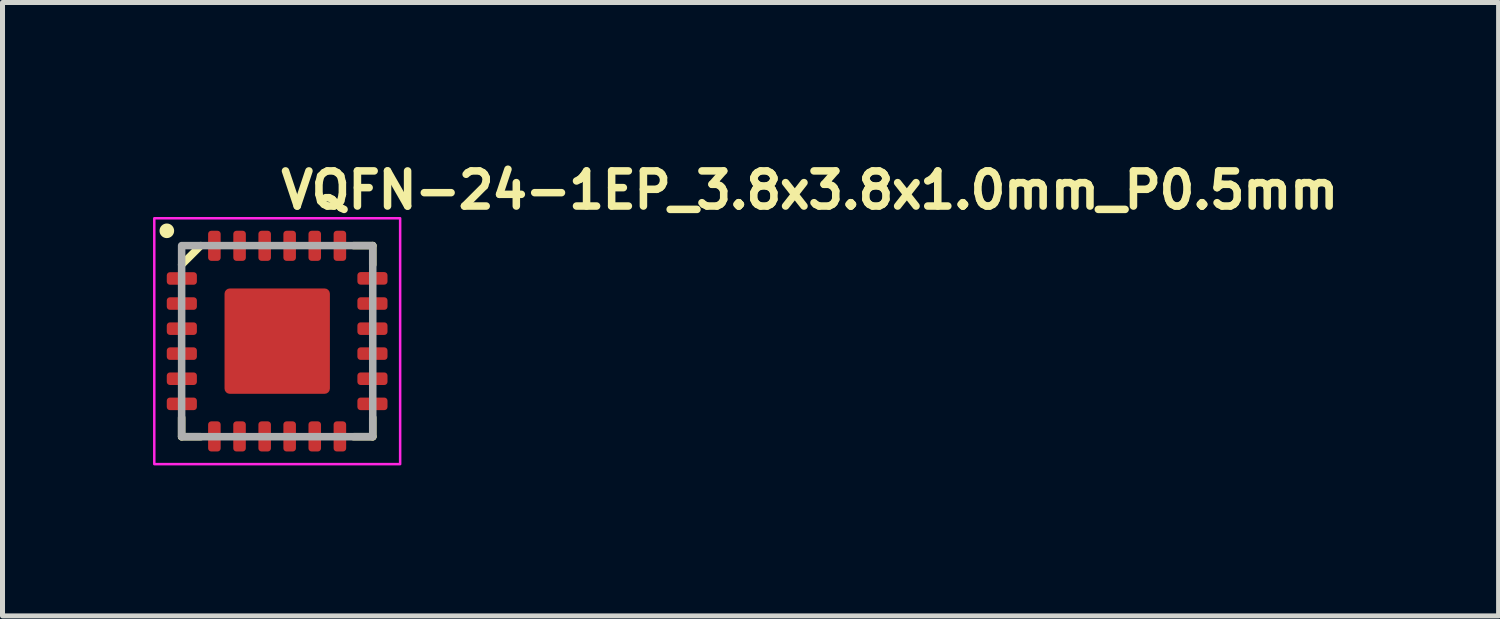
<source format=kicad_pcb>
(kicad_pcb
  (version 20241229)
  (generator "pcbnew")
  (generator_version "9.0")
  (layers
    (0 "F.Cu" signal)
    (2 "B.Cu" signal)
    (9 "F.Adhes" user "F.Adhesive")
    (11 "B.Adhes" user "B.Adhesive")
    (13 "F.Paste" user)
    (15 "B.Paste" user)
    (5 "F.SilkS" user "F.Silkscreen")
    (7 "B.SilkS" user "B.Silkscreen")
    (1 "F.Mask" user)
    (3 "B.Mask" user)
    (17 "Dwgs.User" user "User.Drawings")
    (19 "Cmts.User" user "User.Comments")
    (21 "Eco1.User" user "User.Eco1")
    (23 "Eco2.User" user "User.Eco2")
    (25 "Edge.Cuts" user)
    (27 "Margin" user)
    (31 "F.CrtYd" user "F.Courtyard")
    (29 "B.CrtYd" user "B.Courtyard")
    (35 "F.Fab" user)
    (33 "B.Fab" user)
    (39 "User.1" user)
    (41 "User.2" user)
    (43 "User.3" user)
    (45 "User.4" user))
  (footprint "VQFN-24-1EP_3.8x3.8x1.0mm_P0.5mm"
    (layer "F.Cu")
    (at 2.475 3.75)
    (property "Reference" "VQFN-24-1EP_3.8x3.8x1.0mm_P0.5mm" (at 0 -2.6 0) (layer "F.SilkS") (effects (font (size 0.7 0.7) (thickness 0.15)) (justify left bottom)))
    (attr smd)
    (fp_line (start -1.905 -1.524) (end -1.524 -1.905) (stroke (width 0.15) (type solid)) (layer "F.SilkS"))
    (fp_line (start -1.905 1.523) (end -1.905 1.904) (stroke (width 0.15) (type solid)) (layer "F.SilkS"))
    (fp_line (start -1.905 1.904) (end -1.524 1.904) (stroke (width 0.15) (type solid)) (layer "F.SilkS"))
    (fp_line (start 1.523 1.904) (end 1.904 1.904) (stroke (width 0.15) (type solid)) (layer "F.SilkS"))
    (fp_line (start 1.904 -1.905) (end 1.523 -1.905) (stroke (width 0.15) (type solid)) (layer "F.SilkS"))
    (fp_line (start 1.904 -1.524) (end 1.904 -1.905) (stroke (width 0.15) (type solid)) (layer "F.SilkS"))
    (fp_line (start 1.904 1.904) (end 1.904 1.523) (stroke (width 0.15) (type solid)) (layer "F.SilkS"))
    (fp_circle (center -2.2 -2.2) (end -2.15 -2.15) (stroke (width 0.15) (type solid)) (fill yes) (layer "F.SilkS"))
    (fp_rect (start -2.45 -2.45) (end 2.45 2.45) (stroke (width 0.05) (type solid)) (fill no) (layer "F.CrtYd"))
    (fp_rect (start -1.905 1.904) (end 1.904 -1.905) (stroke (width 0.15) (type solid)) (fill no) (layer "F.Fab"))
    (fp_rect (start -2 -2) (end 1.999 1.999) (stroke (width 0.1) (type solid)) (fill no) (layer "User.5"))
    (fp_line (start -2 -2) (end -2 1.999) (stroke (width 0.02) (type solid)) (layer "User.9"))
    (fp_line (start -2 1.999) (end 1.999 1.999) (stroke (width 0.02) (type solid)) (layer "User.9"))
    (fp_line (start -1.651 -1.418) (end -1.651 -1.41) (stroke (width 0.02) (type solid)) (layer "User.9"))
    (fp_line (start -1.651 -1.41) (end -1.651 -1.401) (stroke (width 0.02) (type solid)) (layer "User.9"))
    (fp_line (start -1.651 -1.401) (end -1.651 -1.385) (stroke (width 0.02) (type solid)) (layer "User.9"))
    (fp_line (start -1.651 -1.385) (end -1.649 -1.367) (stroke (width 0.02) (type solid)) (layer "User.9"))
    (fp_line (start -1.649 -1.434) (end -1.649 -1.426) (stroke (width 0.02) (type solid)) (layer "User.9"))
    (fp_line (start -1.649 -1.426) (end -1.651 -1.418) (stroke (width 0.02) (type solid)) (layer "User.9"))
    (fp_line (start -1.649 -1.367) (end -1.647 -1.351) (stroke (width 0.02) (type solid)) (layer "User.9"))
    (fp_line (start -1.647 -1.45) (end -1.647 -1.442) (stroke (width 0.02) (type solid)) (layer "User.9"))
    (fp_line (start -1.647 -1.442) (end -1.649 -1.434) (stroke (width 0.02) (type solid)) (layer "User.9"))
    (fp_line (start -1.647 -1.351) (end -1.643 -1.335) (stroke (width 0.02) (type solid)) (layer "User.9"))
    (fp_line (start -1.645 -1.458) (end -1.647 -1.45) (stroke (width 0.02) (type solid)) (layer "User.9"))
    (fp_line (start -1.643 -1.466) (end -1.645 -1.458) (stroke (width 0.02) (type solid)) (layer "User.9"))
    (fp_line (start -1.643 -1.335) (end -1.637 -1.321) (stroke (width 0.02) (type solid)) (layer "User.9"))
    (fp_line (start -1.641 -1.474) (end -1.643 -1.466) (stroke (width 0.02) (type solid)) (layer "User.9"))
    (fp_line (start -1.637 -1.482) (end -1.641 -1.474) (stroke (width 0.02) (type solid)) (layer "User.9"))
    (fp_line (start -1.637 -1.321) (end -1.631 -1.305) (stroke (width 0.02) (type solid)) (layer "User.9"))
    (fp_line (start -1.635 -1.49) (end -1.637 -1.482) (stroke (width 0.02) (type solid)) (layer "User.9"))
    (fp_line (start -1.631 -1.496) (end -1.635 -1.49) (stroke (width 0.02) (type solid)) (layer "User.9"))
    (fp_line (start -1.631 -1.305) (end -1.625 -1.291) (stroke (width 0.02) (type solid)) (layer "User.9"))
    (fp_line (start -1.629 -1.504) (end -1.631 -1.496) (stroke (width 0.02) (type solid)) (layer "User.9"))
    (fp_line (start -1.625 -1.512) (end -1.629 -1.504) (stroke (width 0.02) (type solid)) (layer "User.9"))
    (fp_line (start -1.625 -1.291) (end -1.617 -1.276) (stroke (width 0.02) (type solid)) (layer "User.9"))
    (fp_line (start -1.621 -1.518) (end -1.625 -1.512) (stroke (width 0.02) (type solid)) (layer "User.9"))
    (fp_line (start -1.617 -1.526) (end -1.621 -1.518) (stroke (width 0.02) (type solid)) (layer "User.9"))
    (fp_line (start -1.617 -1.276) (end -1.609 -1.262) (stroke (width 0.02) (type solid)) (layer "User.9"))
    (fp_line (start -1.613 -1.532) (end -1.617 -1.526) (stroke (width 0.02) (type solid)) (layer "User.9"))
    (fp_line (start -1.609 -1.539) (end -1.613 -1.532) (stroke (width 0.02) (type solid)) (layer "User.9"))
    (fp_line (start -1.609 -1.262) (end -1.599 -1.25) (stroke (width 0.02) (type solid)) (layer "User.9"))
    (fp_line (start -1.605 -1.547) (end -1.609 -1.539) (stroke (width 0.02) (type solid)) (layer "User.9"))
    (fp_line (start -1.599 -1.553) (end -1.605 -1.547) (stroke (width 0.02) (type solid)) (layer "User.9"))
    (fp_line (start -1.599 -1.25) (end -1.589 -1.236) (stroke (width 0.02) (type solid)) (layer "User.9"))
    (fp_line (start -1.595 -1.559) (end -1.599 -1.553) (stroke (width 0.02) (type solid)) (layer "User.9"))
    (fp_line (start -1.589 -1.565) (end -1.595 -1.559) (stroke (width 0.02) (type solid)) (layer "User.9"))
    (fp_line (start -1.589 -1.236) (end -1.579 -1.224) (stroke (width 0.02) (type solid)) (layer "User.9"))
    (fp_line (start -1.583 -1.571) (end -1.589 -1.565) (stroke (width 0.02) (type solid)) (layer "User.9"))
    (fp_line (start -1.579 -1.577) (end -1.583 -1.571) (stroke (width 0.02) (type solid)) (layer "User.9"))
    (fp_line (start -1.579 -1.224) (end -1.567 -1.214) (stroke (width 0.02) (type solid)) (layer "User.9"))
    (fp_line (start -1.573 -1.583) (end -1.579 -1.577) (stroke (width 0.02) (type solid)) (layer "User.9"))
    (fp_line (start -1.567 -1.589) (end -1.573 -1.583) (stroke (width 0.02) (type solid)) (layer "User.9"))
    (fp_line (start -1.567 -1.214) (end -1.553 -1.202) (stroke (width 0.02) (type solid)) (layer "User.9"))
    (fp_line (start -1.561 -1.593) (end -1.567 -1.589) (stroke (width 0.02) (type solid)) (layer "User.9"))
    (fp_line (start -1.553 -1.599) (end -1.561 -1.593) (stroke (width 0.02) (type solid)) (layer "User.9"))
    (fp_line (start -1.553 -1.202) (end -1.541 -1.194) (stroke (width 0.02) (type solid)) (layer "User.9"))
    (fp_line (start -1.547 -1.603) (end -1.553 -1.599) (stroke (width 0.02) (type solid)) (layer "User.9"))
    (fp_line (start -1.541 -1.609) (end -1.547 -1.603) (stroke (width 0.02) (type solid)) (layer "User.9"))
    (fp_line (start -1.541 -1.194) (end -1.526 -1.184) (stroke (width 0.02) (type solid)) (layer "User.9"))
    (fp_line (start -1.534 -1.613) (end -1.541 -1.609) (stroke (width 0.02) (type solid)) (layer "User.9"))
    (fp_line (start -1.526 -1.617) (end -1.534 -1.613) (stroke (width 0.02) (type solid)) (layer "User.9"))
    (fp_line (start -1.526 -1.617) (end -1.526 -1.617) (stroke (width 0.02) (type solid)) (layer "User.9"))
    (fp_line (start -1.526 -1.184) (end -1.526 -1.184) (stroke (width 0.02) (type solid)) (layer "User.9"))
    (fp_line (start -1.526 -1.184) (end -1.512 -1.176) (stroke (width 0.02) (type solid)) (layer "User.9"))
    (fp_line (start -1.512 -1.625) (end -1.526 -1.617) (stroke (width 0.02) (type solid)) (layer "User.9"))
    (fp_line (start -1.512 -1.176) (end -1.496 -1.17) (stroke (width 0.02) (type solid)) (layer "User.9"))
    (fp_line (start -1.496 -1.633) (end -1.512 -1.625) (stroke (width 0.02) (type solid)) (layer "User.9"))
    (fp_line (start -1.496 -1.17) (end -1.48 -1.164) (stroke (width 0.02) (type solid)) (layer "User.9"))
    (fp_line (start -1.48 -1.637) (end -1.496 -1.633) (stroke (width 0.02) (type solid)) (layer "User.9"))
    (fp_line (start -1.48 -1.164) (end -1.466 -1.16) (stroke (width 0.02) (type solid)) (layer "User.9"))
    (fp_line (start -1.466 -1.643) (end -1.48 -1.637) (stroke (width 0.02) (type solid)) (layer "User.9"))
    (fp_line (start -1.466 -1.16) (end -1.45 -1.156) (stroke (width 0.02) (type solid)) (layer "User.9"))
    (fp_line (start -1.45 -1.647) (end -1.466 -1.643) (stroke (width 0.02) (type solid)) (layer "User.9"))
    (fp_line (start -1.45 -1.156) (end -1.434 -1.154) (stroke (width 0.02) (type solid)) (layer "User.9"))
    (fp_line (start -1.434 -1.649) (end -1.45 -1.647) (stroke (width 0.02) (type solid)) (layer "User.9"))
    (fp_line (start -1.434 -1.154) (end -1.418 -1.151) (stroke (width 0.02) (type solid)) (layer "User.9"))
    (fp_line (start -1.418 -1.651) (end -1.434 -1.649) (stroke (width 0.02) (type solid)) (layer "User.9"))
    (fp_line (start -1.418 -1.151) (end -1.401 -1.151) (stroke (width 0.02) (type solid)) (layer "User.9"))
    (fp_line (start -1.401 -1.651) (end -1.418 -1.651) (stroke (width 0.02) (type solid)) (layer "User.9"))
    (fp_line (start -1.401 -1.151) (end -1.385 -1.151) (stroke (width 0.02) (type solid)) (layer "User.9"))
    (fp_line (start -1.385 -1.651) (end -1.401 -1.651) (stroke (width 0.02) (type solid)) (layer "User.9"))
    (fp_line (start -1.385 -1.151) (end -1.369 -1.154) (stroke (width 0.02) (type solid)) (layer "User.9"))
    (fp_line (start -1.369 -1.649) (end -1.385 -1.651) (stroke (width 0.02) (type solid)) (layer "User.9"))
    (fp_line (start -1.369 -1.154) (end -1.353 -1.156) (stroke (width 0.02) (type solid)) (layer "User.9"))
    (fp_line (start -1.353 -1.647) (end -1.369 -1.649) (stroke (width 0.02) (type solid)) (layer "User.9"))
    (fp_line (start -1.353 -1.156) (end -1.337 -1.16) (stroke (width 0.02) (type solid)) (layer "User.9"))
    (fp_line (start -1.337 -1.643) (end -1.353 -1.647) (stroke (width 0.02) (type solid)) (layer "User.9"))
    (fp_line (start -1.337 -1.16) (end -1.321 -1.164) (stroke (width 0.02) (type solid)) (layer "User.9"))
    (fp_line (start -1.321 -1.637) (end -1.337 -1.643) (stroke (width 0.02) (type solid)) (layer "User.9"))
    (fp_line (start -1.321 -1.164) (end -1.305 -1.17) (stroke (width 0.02) (type solid)) (layer "User.9"))
    (fp_line (start -1.305 -1.633) (end -1.321 -1.637) (stroke (width 0.02) (type solid)) (layer "User.9"))
    (fp_line (start -1.305 -1.17) (end -1.291 -1.176) (stroke (width 0.02) (type solid)) (layer "User.9"))
    (fp_line (start -1.291 -1.625) (end -1.305 -1.633) (stroke (width 0.02) (type solid)) (layer "User.9"))
    (fp_line (start -1.291 -1.176) (end -1.276 -1.184) (stroke (width 0.02) (type solid)) (layer "User.9"))
    (fp_line (start -1.276 -1.617) (end -1.291 -1.625) (stroke (width 0.02) (type solid)) (layer "User.9"))
    (fp_line (start -1.276 -1.617) (end -1.276 -1.617) (stroke (width 0.02) (type solid)) (layer "User.9"))
    (fp_line (start -1.276 -1.184) (end -1.276 -1.184) (stroke (width 0.02) (type solid)) (layer "User.9"))
    (fp_line (start -1.276 -1.184) (end -1.268 -1.188) (stroke (width 0.02) (type solid)) (layer "User.9"))
    (fp_line (start -1.268 -1.188) (end -1.262 -1.194) (stroke (width 0.02) (type solid)) (layer "User.9"))
    (fp_line (start -1.262 -1.609) (end -1.276 -1.617) (stroke (width 0.02) (type solid)) (layer "User.9"))
    (fp_line (start -1.262 -1.194) (end -1.256 -1.198) (stroke (width 0.02) (type solid)) (layer "User.9"))
    (fp_line (start -1.256 -1.198) (end -1.248 -1.202) (stroke (width 0.02) (type solid)) (layer "User.9"))
    (fp_line (start -1.248 -1.599) (end -1.262 -1.609) (stroke (width 0.02) (type solid)) (layer "User.9"))
    (fp_line (start -1.248 -1.202) (end -1.242 -1.208) (stroke (width 0.02) (type solid)) (layer "User.9"))
    (fp_line (start -1.242 -1.208) (end -1.236 -1.214) (stroke (width 0.02) (type solid)) (layer "User.9"))
    (fp_line (start -1.236 -1.589) (end -1.248 -1.599) (stroke (width 0.02) (type solid)) (layer "User.9"))
    (fp_line (start -1.236 -1.214) (end -1.23 -1.218) (stroke (width 0.02) (type solid)) (layer "User.9"))
    (fp_line (start -1.23 -1.218) (end -1.224 -1.224) (stroke (width 0.02) (type solid)) (layer "User.9"))
    (fp_line (start -1.224 -1.577) (end -1.236 -1.589) (stroke (width 0.02) (type solid)) (layer "User.9"))
    (fp_line (start -1.224 -1.224) (end -1.218 -1.23) (stroke (width 0.02) (type solid)) (layer "User.9"))
    (fp_line (start -1.218 -1.23) (end -1.212 -1.236) (stroke (width 0.02) (type solid)) (layer "User.9"))
    (fp_line (start -1.212 -1.565) (end -1.224 -1.577) (stroke (width 0.02) (type solid)) (layer "User.9"))
    (fp_line (start -1.212 -1.236) (end -1.208 -1.242) (stroke (width 0.02) (type solid)) (layer "User.9"))
    (fp_line (start -1.208 -1.242) (end -1.202 -1.25) (stroke (width 0.02) (type solid)) (layer "User.9"))
    (fp_line (start -1.202 -1.553) (end -1.212 -1.565) (stroke (width 0.02) (type solid)) (layer "User.9"))
    (fp_line (start -1.202 -1.25) (end -1.198 -1.256) (stroke (width 0.02) (type solid)) (layer "User.9"))
    (fp_line (start -1.198 -1.256) (end -1.194 -1.262) (stroke (width 0.02) (type solid)) (layer "User.9"))
    (fp_line (start -1.194 -1.539) (end -1.202 -1.553) (stroke (width 0.02) (type solid)) (layer "User.9"))
    (fp_line (start -1.194 -1.262) (end -1.188 -1.27) (stroke (width 0.02) (type solid)) (layer "User.9"))
    (fp_line (start -1.188 -1.27) (end -1.184 -1.276) (stroke (width 0.02) (type solid)) (layer "User.9"))
    (fp_line (start -1.184 -1.526) (end -1.194 -1.539) (stroke (width 0.02) (type solid)) (layer "User.9"))
    (fp_line (start -1.184 -1.276) (end -1.18 -1.283) (stroke (width 0.02) (type solid)) (layer "User.9"))
    (fp_line (start -1.18 -1.283) (end -1.176 -1.291) (stroke (width 0.02) (type solid)) (layer "User.9"))
    (fp_line (start -1.176 -1.512) (end -1.184 -1.526) (stroke (width 0.02) (type solid)) (layer "User.9"))
    (fp_line (start -1.176 -1.291) (end -1.174 -1.297) (stroke (width 0.02) (type solid)) (layer "User.9"))
    (fp_line (start -1.174 -1.297) (end -1.17 -1.305) (stroke (width 0.02) (type solid)) (layer "User.9"))
    (fp_line (start -1.17 -1.496) (end -1.176 -1.512) (stroke (width 0.02) (type solid)) (layer "User.9"))
    (fp_line (start -1.17 -1.305) (end -1.168 -1.313) (stroke (width 0.02) (type solid)) (layer "User.9"))
    (fp_line (start -1.168 -1.313) (end -1.164 -1.321) (stroke (width 0.02) (type solid)) (layer "User.9"))
    (fp_line (start -1.164 -1.482) (end -1.17 -1.496) (stroke (width 0.02) (type solid)) (layer "User.9"))
    (fp_line (start -1.164 -1.321) (end -1.162 -1.327) (stroke (width 0.02) (type solid)) (layer "User.9"))
    (fp_line (start -1.162 -1.327) (end -1.16 -1.335) (stroke (width 0.02) (type solid)) (layer "User.9"))
    (fp_line (start -1.16 -1.466) (end -1.164 -1.482) (stroke (width 0.02) (type solid)) (layer "User.9"))
    (fp_line (start -1.16 -1.335) (end -1.158 -1.343) (stroke (width 0.02) (type solid)) (layer "User.9"))
    (fp_line (start -1.158 -1.343) (end -1.156 -1.351) (stroke (width 0.02) (type solid)) (layer "User.9"))
    (fp_line (start -1.156 -1.45) (end -1.16 -1.466) (stroke (width 0.02) (type solid)) (layer "User.9"))
    (fp_line (start -1.156 -1.351) (end -1.154 -1.359) (stroke (width 0.02) (type solid)) (layer "User.9"))
    (fp_line (start -1.154 -1.434) (end -1.156 -1.45) (stroke (width 0.02) (type solid)) (layer "User.9"))
    (fp_line (start -1.154 -1.367) (end -1.153 -1.377) (stroke (width 0.02) (type solid)) (layer "User.9"))
    (fp_line (start -1.154 -1.359) (end -1.154 -1.367) (stroke (width 0.02) (type solid)) (layer "User.9"))
    (fp_line (start -1.153 -1.377) (end -1.151 -1.385) (stroke (width 0.02) (type solid)) (layer "User.9"))
    (fp_line (start -1.151 -1.418) (end -1.154 -1.434) (stroke (width 0.02) (type solid)) (layer "User.9"))
    (fp_line (start -1.151 -1.401) (end -1.151 -1.418) (stroke (width 0.02) (type solid)) (layer "User.9"))
    (fp_line (start -1.151 -1.393) (end -1.151 -1.401) (stroke (width 0.02) (type solid)) (layer "User.9"))
    (fp_line (start -1.151 -1.385) (end -1.151 -1.393) (stroke (width 0.02) (type solid)) (layer "User.9"))
    (fp_line (start 1.999 -2) (end -2 -2) (stroke (width 0.02) (type solid)) (layer "User.9"))
    (fp_line (start 1.999 1.999) (end 1.999 -2) (stroke (width 0.02) (type solid)) (layer "User.9"))
    (pad "1" smd roundrect (at -1.901 -1.25 90) (size 0.25 0.6) (layers "F.Cu" "F.Mask" "F.Paste") (roundrect_rratio 0.25))
    (pad "2" smd roundrect (at -1.901 -0.75 90) (size 0.25 0.6) (layers "F.Cu" "F.Mask" "F.Paste") (roundrect_rratio 0.25))
    (pad "3" smd roundrect (at -1.901 -0.25 90) (size 0.25 0.6) (layers "F.Cu" "F.Mask" "F.Paste") (roundrect_rratio 0.25))
    (pad "4" smd roundrect (at -1.901 0.248 90) (size 0.25 0.6) (layers "F.Cu" "F.Mask" "F.Paste") (roundrect_rratio 0.25))
    (pad "5" smd roundrect (at -1.901 0.748 90) (size 0.25 0.6) (layers "F.Cu" "F.Mask" "F.Paste") (roundrect_rratio 0.25))
    (pad "6" smd roundrect (at -1.901 1.249 90) (size 0.25 0.6) (layers "F.Cu" "F.Mask" "F.Paste") (roundrect_rratio 0.25))
    (pad "7" smd roundrect (at -1.252 1.898 180) (size 0.25 0.6) (layers "F.Cu" "F.Mask" "F.Paste") (roundrect_rratio 0.25))
    (pad "8" smd roundrect (at -0.751 1.898 180) (size 0.25 0.6) (layers "F.Cu" "F.Mask" "F.Paste") (roundrect_rratio 0.25))
    (pad "9" smd roundrect (at -0.25 1.898 180) (size 0.25 0.6) (layers "F.Cu" "F.Mask" "F.Paste") (roundrect_rratio 0.25))
    (pad "10" smd roundrect (at 0.248 1.898 180) (size 0.25 0.6) (layers "F.Cu" "F.Mask" "F.Paste") (roundrect_rratio 0.25))
    (pad "11" smd roundrect (at 0.748 1.898 180) (size 0.25 0.6) (layers "F.Cu" "F.Mask" "F.Paste") (roundrect_rratio 0.25))
    (pad "12" smd roundrect (at 1.249 1.898 180) (size 0.25 0.6) (layers "F.Cu" "F.Mask" "F.Paste") (roundrect_rratio 0.25))
    (pad "13" smd roundrect (at 1.898 1.249 270) (size 0.25 0.6) (layers "F.Cu" "F.Mask" "F.Paste") (roundrect_rratio 0.25))
    (pad "14" smd roundrect (at 1.898 0.748 270) (size 0.25 0.6) (layers "F.Cu" "F.Mask" "F.Paste") (roundrect_rratio 0.25))
    (pad "15" smd roundrect (at 1.898 0.248 270) (size 0.25 0.6) (layers "F.Cu" "F.Mask" "F.Paste") (roundrect_rratio 0.25))
    (pad "16" smd roundrect (at 1.898 -0.25 270) (size 0.25 0.6) (layers "F.Cu" "F.Mask" "F.Paste") (roundrect_rratio 0.25))
    (pad "17" smd roundrect (at 1.898 -0.75 270) (size 0.25 0.6) (layers "F.Cu" "F.Mask" "F.Paste") (roundrect_rratio 0.25))
    (pad "18" smd roundrect (at 1.898 -1.252 270) (size 0.25 0.6) (layers "F.Cu" "F.Mask" "F.Paste") (roundrect_rratio 0.25))
    (pad "19" smd roundrect (at 1.249 -1.901) (size 0.25 0.6) (layers "F.Cu" "F.Mask" "F.Paste") (roundrect_rratio 0.25))
    (pad "20" smd roundrect (at 0.748 -1.901) (size 0.25 0.6) (layers "F.Cu" "F.Mask" "F.Paste") (roundrect_rratio 0.25))
    (pad "21" smd roundrect (at 0.248 -1.901) (size 0.25 0.6) (layers "F.Cu" "F.Mask" "F.Paste") (roundrect_rratio 0.25))
    (pad "22" smd roundrect (at -0.25 -1.901) (size 0.25 0.6) (layers "F.Cu" "F.Mask" "F.Paste") (roundrect_rratio 0.25))
    (pad "23" smd roundrect (at -0.75 -1.901) (size 0.25 0.6) (layers "F.Cu" "F.Mask" "F.Paste") (roundrect_rratio 0.25))
    (pad "24" smd roundrect (at -1.252 -1.901) (size 0.25 0.6) (layers "F.Cu" "F.Mask" "F.Paste") (roundrect_rratio 0.25))
    (pad "25" smd roundrect (at 0 -0.001) (size 2.1 2.1) (layers "F.Cu" "F.Mask" "F.Paste") (roundrect_rratio 0.05)))
  (gr_rect
    (start -3 -3)
    (end 26.818 9.225)
    (stroke (width 0.1) (type default))
    (fill no)
    (layer "Edge.Cuts")))
</source>
